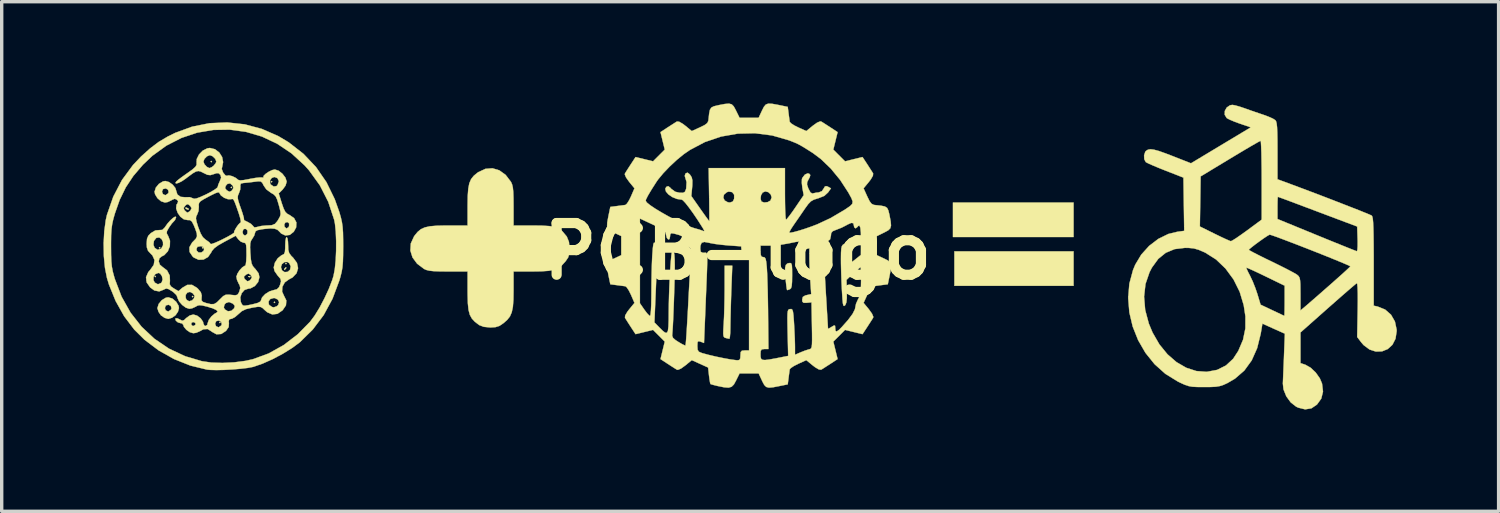
<source format=kicad_pcb>
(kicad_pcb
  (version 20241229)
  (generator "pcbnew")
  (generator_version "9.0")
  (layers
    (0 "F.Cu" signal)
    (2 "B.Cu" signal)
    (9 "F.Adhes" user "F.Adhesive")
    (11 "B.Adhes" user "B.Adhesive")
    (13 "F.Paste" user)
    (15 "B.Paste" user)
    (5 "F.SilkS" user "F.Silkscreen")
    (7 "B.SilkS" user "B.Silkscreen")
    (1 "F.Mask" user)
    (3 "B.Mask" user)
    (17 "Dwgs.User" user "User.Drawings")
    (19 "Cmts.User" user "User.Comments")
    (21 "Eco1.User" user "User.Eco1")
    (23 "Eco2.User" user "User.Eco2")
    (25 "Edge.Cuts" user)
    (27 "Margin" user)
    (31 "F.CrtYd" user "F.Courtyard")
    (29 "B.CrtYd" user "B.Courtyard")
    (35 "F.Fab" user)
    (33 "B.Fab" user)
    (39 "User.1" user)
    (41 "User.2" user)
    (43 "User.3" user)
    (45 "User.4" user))
  (footprint "PCB-logo"
    (layer "F.Cu")
    (at 18.694 4.36)
    (property "Reference" "PCB-logo" (at 0 0 0) (layer "F.SilkS") (effects (font (size 1.524 1.524) (thickness 0.3))))
    (attr through_hole)
    (fp_poly (pts (xy -17.145 0.741) (xy -17.166 0.762) (xy -17.187 0.741) (xy -17.166 0.72) (xy -17.145 0.741)) (stroke (width 0.01) (type solid)) (fill yes) (layer "F.SilkS"))
    (fp_poly (pts (xy -17.018 -0.106) (xy -17.039 -0.085) (xy -17.06 -0.106) (xy -17.039 -0.127) (xy -17.018 -0.106)) (stroke (width 0.01) (type solid)) (fill yes) (layer "F.SilkS"))
    (fp_poly (pts (xy -16.044 1.333) (xy -16.066 1.355) (xy -16.087 1.333) (xy -16.066 1.312) (xy -16.044 1.333)) (stroke (width 0.01) (type solid)) (fill yes) (layer "F.SilkS"))
    (fp_poly (pts (xy -15.748 -0.106) (xy -15.769 -0.085) (xy -15.79 -0.106) (xy -15.769 -0.127) (xy -15.748 -0.106)) (stroke (width 0.01) (type solid)) (fill yes) (layer "F.SilkS"))
    (fp_poly (pts (xy -15.494 -2.646) (xy -15.515 -2.625) (xy -15.536 -2.646) (xy -15.515 -2.667) (xy -15.494 -2.646)) (stroke (width 0.01) (type solid)) (fill yes) (layer "F.SilkS"))
    (fp_poly (pts (xy -15.24 2.095) (xy -15.261 2.117) (xy -15.282 2.095) (xy -15.261 2.074) (xy -15.24 2.095)) (stroke (width 0.01) (type solid)) (fill yes) (layer "F.SilkS"))
    (fp_poly (pts (xy -14.901 -1.884) (xy -14.922 -1.863) (xy -14.944 -1.884) (xy -14.922 -1.905) (xy -14.901 -1.884)) (stroke (width 0.01) (type solid)) (fill yes) (layer "F.SilkS"))
    (fp_poly (pts (xy -13.716 -2.053) (xy -13.737 -2.032) (xy -13.758 -2.053) (xy -13.737 -2.074) (xy -13.716 -2.053)) (stroke (width 0.01) (type solid)) (fill yes) (layer "F.SilkS"))
    (fp_poly (pts (xy -13.631 1.503) (xy -13.652 1.524) (xy -13.674 1.503) (xy -13.652 1.482) (xy -13.631 1.503)) (stroke (width 0.01) (type solid)) (fill yes) (layer "F.SilkS"))
    (fp_poly (pts (xy -13.293 0.36) (xy -13.314 0.381) (xy -13.335 0.36) (xy -13.314 0.339) (xy -13.293 0.36)) (stroke (width 0.01) (type solid)) (fill yes) (layer "F.SilkS"))
    (fp_poly (pts (xy 9.906 -0.423) (xy 6.35 -0.423) (xy 6.35 -1.439) (xy 9.906 -1.439) (xy 9.906 -0.423)) (stroke (width 0.01) (type solid)) (fill yes) (layer "F.SilkS"))
    (fp_poly (pts (xy 9.906 1.016) (xy 6.392 1.016) (xy 6.392 0) (xy 9.906 0) (xy 9.906 1.016)) (stroke (width 0.01) (type solid)) (fill yes) (layer "F.SilkS"))
    (fp_poly (pts (xy -14.365 0.734) (xy -14.371 0.759) (xy -14.393 0.762) (xy -14.428 0.747) (xy -14.422 0.734) (xy -14.371 0.729) (xy -14.365 0.734)) (stroke (width 0.01) (type solid)) (fill yes) (layer "F.SilkS"))
    (fp_poly (pts (xy -16.237 -1.286) (xy -16.177 -1.252) (xy -16.187 -1.23) (xy -16.211 -1.228) (xy -16.269 -1.258) (xy -16.277 -1.27) (xy -16.27 -1.294) (xy -16.237 -1.286)) (stroke (width 0.01) (type solid)) (fill yes) (layer "F.SilkS"))
    (fp_poly (pts (xy -13.306 0.493) (xy -13.314 0.508) (xy -13.354 0.548) (xy -13.361 0.55) (xy -13.364 0.523) (xy -13.356 0.508) (xy -13.316 0.468) (xy -13.309 0.466) (xy -13.306 0.493)) (stroke (width 0.01) (type solid)) (fill yes) (layer "F.SilkS"))
    (fp_poly (pts (xy 1.587 0.363) (xy 1.602 0.418) (xy 1.608 0.527) (xy 1.609 0.703) (xy 1.609 0.712) (xy 1.606 0.901) (xy 1.596 1.02) (xy 1.576 1.087) (xy 1.543 1.117) (xy 1.542 1.117) (xy 1.476 1.14) (xy 1.461 1.143) (xy 1.45 1.104) (xy 1.436 1.002) (xy 1.42 0.857) (xy 1.417 0.832) (xy 1.402 0.624) (xy 1.402 0.486) (xy 1.422 0.403) (xy 1.465 0.36) (xy 1.514 0.346) (xy 1.559 0.344) (xy 1.587 0.363)) (stroke (width 0.01) (type solid)) (fill yes) (layer "F.SilkS"))
    (fp_poly (pts (xy -0.184 1.154) (xy -0.193 1.426) (xy -0.201 1.698) (xy -0.207 1.947) (xy -0.211 2.149) (xy -0.212 2.233) (xy -0.215 2.392) (xy -0.225 2.512) (xy -0.238 2.573) (xy -0.243 2.577) (xy -0.308 2.564) (xy -0.355 2.552) (xy -0.392 2.536) (xy -0.414 2.501) (xy -0.422 2.429) (xy -0.419 2.306) (xy -0.408 2.123) (xy -0.398 1.925) (xy -0.39 1.673) (xy -0.384 1.395) (xy -0.381 1.122) (xy -0.381 1.069) (xy -0.381 0.423) (xy -0.156 0.423) (xy -0.184 1.154)) (stroke (width 0.01) (type solid)) (fill yes) (layer "F.SilkS"))
    (fp_poly (pts (xy -16.663 1.392) (xy -16.552 1.484) (xy -16.48 1.603) (xy -16.468 1.672) (xy -16.497 1.778) (xy -16.568 1.882) (xy -16.572 1.886) (xy -16.675 1.958) (xy -16.781 1.99) (xy -16.785 1.99) (xy -16.891 1.96) (xy -16.995 1.889) (xy -16.999 1.886) (xy -17.071 1.783) (xy -17.103 1.676) (xy -17.103 1.672) (xy -16.884 1.672) (xy -16.856 1.742) (xy -16.789 1.772) (xy -16.775 1.77) (xy -16.705 1.721) (xy -16.687 1.682) (xy -16.707 1.611) (xy -16.772 1.574) (xy -16.846 1.591) (xy -16.857 1.6) (xy -16.884 1.672) (xy -17.103 1.672) (xy -17.103 1.672) (xy -17.066 1.55) (xy -16.974 1.439) (xy -16.855 1.367) (xy -16.785 1.355) (xy -16.663 1.392)) (stroke (width 0.01) (type solid)) (fill yes) (layer "F.SilkS"))
    (fp_poly (pts (xy -7.023 -2.388) (xy -6.838 -2.255) (xy -6.683 -2.052) (xy -6.678 -2.044) (xy -6.647 -1.973) (xy -6.625 -1.881) (xy -6.612 -1.751) (xy -6.606 -1.567) (xy -6.604 -1.338) (xy -6.604 -0.762) (xy -6.034 -0.762) (xy -5.758 -0.758) (xy -5.551 -0.745) (xy -5.399 -0.72) (xy -5.286 -0.68) (xy -5.197 -0.622) (xy -5.163 -0.59) (xy -5.035 -0.437) (xy -4.971 -0.279) (xy -4.953 -0.085) (xy -4.961 0.069) (xy -4.994 0.18) (xy -5.066 0.286) (xy -5.079 0.302) (xy -5.179 0.412) (xy -5.284 0.49) (xy -5.409 0.543) (xy -5.571 0.574) (xy -5.785 0.589) (xy -6.049 0.593) (xy -6.604 0.593) (xy -6.604 1.147) (xy -6.608 1.426) (xy -6.624 1.637) (xy -6.657 1.795) (xy -6.71 1.918) (xy -6.791 2.02) (xy -6.901 2.117) (xy -7.019 2.197) (xy -7.135 2.234) (xy -7.289 2.244) (xy -7.482 2.225) (xy -7.616 2.174) (xy -7.619 2.172) (xy -7.742 2.078) (xy -7.832 1.982) (xy -7.893 1.871) (xy -7.931 1.727) (xy -7.951 1.536) (xy -7.958 1.283) (xy -7.959 1.162) (xy -7.959 0.593) (xy -8.534 0.593) (xy -8.781 0.591) (xy -8.96 0.584) (xy -9.087 0.57) (xy -9.176 0.548) (xy -9.241 0.519) (xy -9.447 0.364) (xy -9.583 0.18) (xy -9.646 -0.022) (xy -9.633 -0.232) (xy -9.539 -0.438) (xy -9.522 -0.463) (xy -9.433 -0.572) (xy -9.338 -0.651) (xy -9.222 -0.705) (xy -9.07 -0.739) (xy -8.867 -0.756) (xy -8.597 -0.762) (xy -8.532 -0.762) (xy -7.959 -0.762) (xy -7.959 -1.344) (xy -7.955 -1.63) (xy -7.939 -1.846) (xy -7.908 -2.007) (xy -7.855 -2.13) (xy -7.777 -2.228) (xy -7.668 -2.318) (xy -7.641 -2.336) (xy -7.435 -2.432) (xy -7.226 -2.449) (xy -7.023 -2.388)) (stroke (width 0.01) (type solid)) (fill yes) (layer "F.SilkS"))
    (fp_poly (pts (xy -14.528 -3.744) (xy -14.023 -3.609) (xy -13.539 -3.397) (xy -13.233 -3.214) (xy -12.797 -2.874) (xy -12.427 -2.483) (xy -12.12 -2.038) (xy -11.875 -1.536) (xy -11.74 -1.155) (xy -11.695 -0.998) (xy -11.664 -0.86) (xy -11.644 -0.719) (xy -11.632 -0.554) (xy -11.628 -0.342) (xy -11.627 -0.148) (xy -11.629 0.111) (xy -11.635 0.307) (xy -11.648 0.463) (xy -11.671 0.601) (xy -11.706 0.743) (xy -11.741 0.861) (xy -11.942 1.399) (xy -12.201 1.877) (xy -12.523 2.304) (xy -12.903 2.678) (xy -13.125 2.844) (xy -13.401 3.015) (xy -13.701 3.175) (xy -13.999 3.308) (xy -14.265 3.401) (xy -14.287 3.407) (xy -14.439 3.436) (xy -14.647 3.461) (xy -14.887 3.481) (xy -15.134 3.495) (xy -15.365 3.5) (xy -15.552 3.495) (xy -15.642 3.486) (xy -16.132 3.367) (xy -16.614 3.175) (xy -17.07 2.918) (xy -17.483 2.606) (xy -17.785 2.307) (xy -18.083 1.914) (xy -18.335 1.464) (xy -18.532 0.979) (xy -18.591 0.783) (xy -18.649 0.489) (xy -18.682 0.143) (xy -18.687 -0.148) (xy -18.471 -0.148) (xy -18.469 0.105) (xy -18.462 0.298) (xy -18.446 0.454) (xy -18.419 0.598) (xy -18.377 0.753) (xy -18.358 0.817) (xy -18.159 1.338) (xy -17.895 1.808) (xy -17.571 2.222) (xy -17.192 2.577) (xy -16.761 2.869) (xy -16.282 3.093) (xy -15.79 3.239) (xy -15.512 3.279) (xy -15.185 3.289) (xy -14.84 3.272) (xy -14.508 3.229) (xy -14.285 3.179) (xy -13.823 3.01) (xy -13.379 2.762) (xy -12.965 2.444) (xy -12.603 2.076) (xy -12.466 1.892) (xy -12.319 1.652) (xy -12.176 1.379) (xy -12.047 1.1) (xy -11.947 0.84) (xy -11.911 0.72) (xy -11.874 0.524) (xy -11.848 0.272) (xy -11.835 -0.013) (xy -11.834 -0.305) (xy -11.845 -0.58) (xy -11.869 -0.813) (xy -11.892 -0.931) (xy -12.067 -1.461) (xy -12.313 -1.944) (xy -12.631 -2.385) (xy -12.764 -2.534) (xy -13.152 -2.89) (xy -13.575 -3.174) (xy -14.024 -3.385) (xy -14.493 -3.523) (xy -14.972 -3.588) (xy -15.454 -3.58) (xy -15.931 -3.499) (xy -16.395 -3.344) (xy -16.839 -3.117) (xy -17.253 -2.817) (xy -17.528 -2.556) (xy -17.813 -2.223) (xy -18.037 -1.885) (xy -18.217 -1.515) (xy -18.358 -1.114) (xy -18.405 -0.948) (xy -18.437 -0.803) (xy -18.457 -0.654) (xy -18.468 -0.478) (xy -18.471 -0.249) (xy -18.471 -0.148) (xy -18.687 -0.148) (xy -18.689 -0.227) (xy -18.67 -0.591) (xy -18.626 -0.92) (xy -18.59 -1.079) (xy -18.403 -1.615) (xy -18.147 -2.105) (xy -17.822 -2.546) (xy -17.584 -2.797) (xy -17.316 -3.037) (xy -17.064 -3.227) (xy -16.799 -3.384) (xy -16.581 -3.492) (xy -16.081 -3.675) (xy -15.566 -3.778) (xy -15.046 -3.8) (xy -14.528 -3.744)) (stroke (width 0.01) (type solid)) (fill yes) (layer "F.SilkS"))
    (fp_poly (pts (xy 14.667 -4.304) (xy 14.798 -4.268) (xy 14.944 -4.219) (xy 15.14 -4.149) (xy 15.359 -4.074) (xy 15.505 -4.025) (xy 15.658 -3.968) (xy 15.783 -3.912) (xy 15.854 -3.867) (xy 15.854 -3.867) (xy 15.877 -3.83) (xy 15.893 -3.765) (xy 15.905 -3.659) (xy 15.912 -3.501) (xy 15.916 -3.282) (xy 15.917 -2.99) (xy 15.917 -2.964) (xy 15.917 -2.125) (xy 16.034 -2.082) (xy 16.305 -1.982) (xy 16.602 -1.871) (xy 16.913 -1.754) (xy 17.229 -1.634) (xy 17.539 -1.515) (xy 17.832 -1.401) (xy 18.099 -1.297) (xy 18.329 -1.207) (xy 18.512 -1.133) (xy 18.638 -1.081) (xy 18.695 -1.054) (xy 18.697 -1.053) (xy 18.713 -1.023) (xy 18.727 -0.96) (xy 18.737 -0.854) (xy 18.744 -0.699) (xy 18.749 -0.487) (xy 18.752 -0.208) (xy 18.754 0.144) (xy 18.754 0.298) (xy 18.754 1.602) (xy 18.872 1.628) (xy 19.091 1.716) (xy 19.264 1.868) (xy 19.38 2.07) (xy 19.43 2.309) (xy 19.431 2.35) (xy 19.397 2.576) (xy 19.305 2.755) (xy 19.168 2.88) (xy 19.001 2.948) (xy 18.817 2.954) (xy 18.631 2.894) (xy 18.456 2.763) (xy 18.389 2.685) (xy 18.267 2.525) (xy 18.282 1.723) (xy 18.285 1.454) (xy 18.284 1.231) (xy 18.278 1.064) (xy 18.269 0.963) (xy 18.258 0.937) (xy 18.217 0.968) (xy 18.122 1.048) (xy 17.981 1.169) (xy 17.804 1.323) (xy 17.599 1.503) (xy 17.407 1.672) (xy 16.595 2.392) (xy 16.595 3.295) (xy 16.74 3.343) (xy 16.894 3.43) (xy 17.044 3.572) (xy 17.166 3.744) (xy 17.231 3.899) (xy 17.259 4.135) (xy 17.208 4.341) (xy 17.082 4.516) (xy 16.918 4.628) (xy 16.732 4.658) (xy 16.528 4.607) (xy 16.467 4.578) (xy 16.307 4.452) (xy 16.177 4.273) (xy 16.095 4.07) (xy 16.076 3.898) (xy 16.081 3.786) (xy 16.088 3.61) (xy 16.097 3.392) (xy 16.107 3.153) (xy 16.11 3.066) (xy 16.135 2.427) (xy 15.804 2.279) (xy 15.473 2.13) (xy 15.423 2.428) (xy 15.318 2.853) (xy 15.157 3.215) (xy 14.939 3.515) (xy 14.663 3.754) (xy 14.442 3.883) (xy 14.324 3.937) (xy 14.218 3.971) (xy 14.1 3.991) (xy 13.944 3.999) (xy 13.756 4) (xy 13.553 3.999) (xy 13.407 3.991) (xy 13.292 3.97) (xy 13.179 3.931) (xy 13.043 3.869) (xy 12.975 3.835) (xy 12.612 3.611) (xy 12.295 3.327) (xy 12.025 2.992) (xy 11.809 2.618) (xy 11.649 2.217) (xy 11.55 1.798) (xy 11.516 1.374) (xy 11.519 1.336) (xy 11.984 1.336) (xy 12.017 1.729) (xy 12.125 2.132) (xy 12.235 2.395) (xy 12.435 2.742) (xy 12.673 3.034) (xy 12.939 3.265) (xy 13.227 3.432) (xy 13.526 3.529) (xy 13.831 3.552) (xy 14.131 3.496) (xy 14.145 3.491) (xy 14.399 3.364) (xy 14.61 3.168) (xy 14.762 2.935) (xy 14.902 2.606) (xy 14.971 2.272) (xy 14.972 1.916) (xy 14.922 1.587) (xy 14.803 1.192) (xy 14.621 0.827) (xy 14.385 0.506) (xy 14.359 0.481) (xy 14.999 0.481) (xy 15.011 0.522) (xy 15.054 0.615) (xy 15.11 0.723) (xy 15.187 0.886) (xy 15.266 1.086) (xy 15.326 1.262) (xy 15.419 1.572) (xy 15.764 1.735) (xy 15.917 1.807) (xy 16.037 1.864) (xy 16.108 1.897) (xy 16.118 1.901) (xy 16.123 1.863) (xy 16.126 1.758) (xy 16.128 1.603) (xy 16.129 1.458) (xy 16.129 1.012) (xy 15.57 0.74) (xy 15.373 0.645) (xy 15.204 0.566) (xy 15.078 0.51) (xy 15.009 0.482) (xy 14.999 0.481) (xy 14.359 0.481) (xy 14.106 0.239) (xy 13.791 0.04) (xy 13.773 0.031) (xy 13.597 -0.045) (xy 13.596 -0.045) (xy 15.072 -0.045) (xy 15.109 -0.02) (xy 15.21 0.035) (xy 15.363 0.113) (xy 15.555 0.209) (xy 15.736 0.296) (xy 15.96 0.406) (xy 16.164 0.508) (xy 16.332 0.596) (xy 16.45 0.661) (xy 16.496 0.691) (xy 16.539 0.729) (xy 16.567 0.776) (xy 16.583 0.849) (xy 16.592 0.964) (xy 16.594 1.138) (xy 16.595 1.256) (xy 16.595 1.743) (xy 16.732 1.628) (xy 16.808 1.563) (xy 16.934 1.453) (xy 17.098 1.311) (xy 17.286 1.146) (xy 17.473 0.982) (xy 17.66 0.816) (xy 17.823 0.671) (xy 17.951 0.554) (xy 18.035 0.475) (xy 18.066 0.442) (xy 18.066 0.442) (xy 18.015 0.415) (xy 17.898 0.364) (xy 17.727 0.293) (xy 17.515 0.206) (xy 17.272 0.108) (xy 17.012 0.005) (xy 16.745 -0.1) (xy 16.485 -0.201) (xy 16.242 -0.294) (xy 16.028 -0.375) (xy 15.857 -0.438) (xy 15.738 -0.479) (xy 15.686 -0.493) (xy 15.685 -0.493) (xy 15.621 -0.457) (xy 15.518 -0.389) (xy 15.395 -0.302) (xy 15.269 -0.21) (xy 15.162 -0.127) (xy 15.09 -0.067) (xy 15.072 -0.045) (xy 13.596 -0.045) (xy 13.451 -0.087) (xy 13.295 -0.102) (xy 13.187 -0.103) (xy 12.884 -0.066) (xy 12.624 0.042) (xy 12.402 0.222) (xy 12.216 0.478) (xy 12.145 0.615) (xy 12.026 0.962) (xy 11.984 1.336) (xy 11.519 1.336) (xy 11.55 0.955) (xy 11.658 0.553) (xy 11.724 0.393) (xy 11.902 0.096) (xy 12.134 -0.161) (xy 12.405 -0.368) (xy 12.699 -0.512) (xy 12.96 -0.576) (xy 13.167 -0.604) (xy 13.166 -0.733) (xy 13.629 -0.733) (xy 14.064 -0.518) (xy 14.241 -0.432) (xy 14.391 -0.362) (xy 14.498 -0.315) (xy 14.543 -0.299) (xy 14.592 -0.322) (xy 14.694 -0.386) (xy 14.835 -0.483) (xy 15 -0.601) (xy 15.019 -0.615) (xy 15.452 -0.935) (xy 15.452 -1.281) (xy 15.917 -1.281) (xy 15.917 -0.953) (xy 17.071 -0.48) (xy 17.364 -0.36) (xy 17.633 -0.251) (xy 17.866 -0.157) (xy 18.053 -0.082) (xy 18.185 -0.03) (xy 18.252 -0.005) (xy 18.258 -0.003) (xy 18.272 -0.041) (xy 18.28 -0.144) (xy 18.281 -0.293) (xy 18.279 -0.366) (xy 18.267 -0.732) (xy 17.103 -1.17) (xy 16.808 -1.281) (xy 16.54 -1.382) (xy 16.308 -1.469) (xy 16.123 -1.538) (xy 15.994 -1.585) (xy 15.932 -1.607) (xy 15.928 -1.609) (xy 15.923 -1.57) (xy 15.919 -1.466) (xy 15.917 -1.319) (xy 15.917 -1.281) (xy 15.452 -1.281) (xy 15.452 -2.097) (xy 15.451 -2.401) (xy 15.447 -2.675) (xy 15.443 -2.909) (xy 15.436 -3.091) (xy 15.429 -3.211) (xy 15.421 -3.259) (xy 15.42 -3.259) (xy 15.376 -3.238) (xy 15.271 -3.179) (xy 15.113 -3.088) (xy 14.915 -2.971) (xy 14.686 -2.834) (xy 14.52 -2.734) (xy 13.652 -2.21) (xy 13.641 -1.472) (xy 13.629 -0.733) (xy 13.166 -0.733) (xy 13.156 -1.389) (xy 13.145 -2.174) (xy 12.617 -2.38) (xy 12.417 -2.46) (xy 12.243 -2.533) (xy 12.112 -2.591) (xy 12.041 -2.628) (xy 12.035 -2.632) (xy 11.99 -2.716) (xy 11.985 -2.831) (xy 12.019 -2.935) (xy 12.044 -2.963) (xy 12.101 -2.998) (xy 12.175 -3.01) (xy 12.277 -2.997) (xy 12.421 -2.958) (xy 12.618 -2.888) (xy 12.832 -2.806) (xy 13.367 -2.596) (xy 14.249 -3.126) (xy 15.13 -3.656) (xy 14.809 -3.765) (xy 14.648 -3.824) (xy 14.513 -3.881) (xy 14.428 -3.925) (xy 14.42 -3.932) (xy 14.361 -4.027) (xy 14.365 -4.139) (xy 14.421 -4.24) (xy 14.517 -4.306) (xy 14.587 -4.318) (xy 14.667 -4.304)) (stroke (width 0.01) (type solid)) (fill yes) (layer "F.SilkS"))
    (fp_poly (pts (xy -15.407 -3.011) (xy -15.281 -2.915) (xy -15.196 -2.781) (xy -15.167 -2.632) (xy -15.185 -2.539) (xy -15.207 -2.43) (xy -15.17 -2.33) (xy -15.158 -2.311) (xy -15.1 -2.242) (xy -15.06 -2.226) (xy -15.059 -2.227) (xy -14.996 -2.24) (xy -14.897 -2.216) (xy -14.798 -2.168) (xy -14.757 -2.136) (xy -14.716 -2.104) (xy -14.66 -2.092) (xy -14.656 -2.092) (xy -13.783 -2.092) (xy -13.781 -2.006) (xy -13.758 -1.968) (xy -13.674 -1.911) (xy -13.592 -1.924) (xy -13.561 -1.958) (xy -13.522 -2.068) (xy -13.562 -2.154) (xy -13.571 -2.162) (xy -13.657 -2.193) (xy -13.735 -2.162) (xy -13.783 -2.092) (xy -14.656 -2.092) (xy -14.57 -2.099) (xy -14.424 -2.126) (xy -14.371 -2.137) (xy -14.211 -2.165) (xy -14.081 -2.179) (xy -14.005 -2.177) (xy -13.999 -2.174) (xy -13.971 -2.167) (xy -13.98 -2.18) (xy -13.973 -2.225) (xy -13.911 -2.286) (xy -13.818 -2.349) (xy -13.718 -2.396) (xy -13.641 -2.413) (xy -13.53 -2.377) (xy -13.418 -2.288) (xy -13.33 -2.173) (xy -13.293 -2.058) (xy -13.293 -2.053) (xy -13.326 -1.939) (xy -13.41 -1.824) (xy -13.527 -1.707) (xy -13.437 -1.419) (xy -13.382 -1.261) (xy -13.332 -1.163) (xy -13.273 -1.106) (xy -13.217 -1.077) (xy -13.075 -0.981) (xy -13.006 -0.852) (xy -13.014 -0.705) (xy -13.084 -0.577) (xy -13.201 -0.485) (xy -13.331 -0.468) (xy -13.455 -0.527) (xy -13.497 -0.572) (xy -13.562 -0.634) (xy -13.647 -0.668) (xy -13.771 -0.676) (xy -13.953 -0.66) (xy -14.028 -0.65) (xy -14.155 -0.624) (xy -14.214 -0.586) (xy -14.224 -0.549) (xy -14.25 -0.464) (xy -14.304 -0.376) (xy -14.344 -0.313) (xy -14.366 -0.236) (xy -14.371 -0.12) (xy -14.363 0.056) (xy -14.362 0.062) (xy -14.348 0.238) (xy -14.328 0.352) (xy -14.294 0.43) (xy -14.24 0.496) (xy -14.219 0.516) (xy -14.12 0.649) (xy -14.097 0.762) (xy -14.134 0.904) (xy -14.23 1.022) (xy -14.36 1.092) (xy -14.426 1.101) (xy -14.535 1.138) (xy -14.618 1.233) (xy -14.66 1.358) (xy -14.646 1.487) (xy -14.64 1.503) (xy -14.611 1.563) (xy -14.581 1.595) (xy -14.527 1.602) (xy -14.43 1.588) (xy -14.295 1.56) (xy -14.152 1.523) (xy -14.069 1.481) (xy -14.066 1.475) (xy -13.828 1.475) (xy -13.819 1.561) (xy -13.804 1.584) (xy -13.723 1.64) (xy -13.674 1.651) (xy -13.586 1.62) (xy -13.544 1.584) (xy -13.515 1.498) (xy -13.553 1.421) (xy -13.642 1.378) (xy -13.674 1.376) (xy -13.775 1.405) (xy -13.828 1.475) (xy -14.066 1.475) (xy -14.055 1.457) (xy -14.018 1.359) (xy -13.925 1.26) (xy -13.8 1.181) (xy -13.696 1.148) (xy -13.581 1.118) (xy -13.518 1.057) (xy -13.485 0.979) (xy -13.459 0.88) (xy -13.476 0.809) (xy -13.545 0.728) (xy -13.555 0.718) (xy -13.651 0.58) (xy -13.674 0.475) (xy -13.671 0.462) (xy -13.462 0.462) (xy -13.43 0.561) (xy -13.354 0.612) (xy -13.262 0.604) (xy -13.193 0.542) (xy -13.173 0.442) (xy -13.217 0.349) (xy -13.271 0.312) (xy -13.358 0.317) (xy -13.433 0.378) (xy -13.462 0.462) (xy -13.671 0.462) (xy -13.641 0.337) (xy -13.557 0.206) (xy -13.447 0.117) (xy -13.419 0.105) (xy -13.371 0.078) (xy -13.345 0.019) (xy -13.336 -0.093) (xy -13.335 -0.172) (xy -13.329 -0.306) (xy -13.312 -0.397) (xy -13.293 -0.423) (xy -13.27 -0.385) (xy -13.254 -0.286) (xy -13.25 -0.188) (xy -13.245 -0.044) (xy -13.219 0.05) (xy -13.159 0.132) (xy -13.102 0.188) (xy -12.99 0.34) (xy -12.957 0.496) (xy -13.001 0.644) (xy -13.119 0.769) (xy -13.227 0.827) (xy -13.349 0.916) (xy -13.419 1.044) (xy -13.428 1.185) (xy -13.375 1.303) (xy -13.303 1.448) (xy -13.314 1.591) (xy -13.41 1.733) (xy -13.416 1.739) (xy -13.565 1.842) (xy -13.716 1.86) (xy -13.866 1.795) (xy -13.932 1.738) (xy -14.002 1.672) (xy -14.062 1.639) (xy -14.139 1.634) (xy -14.262 1.652) (xy -14.32 1.663) (xy -14.493 1.704) (xy -14.615 1.763) (xy -14.716 1.851) (xy -14.814 1.936) (xy -14.904 1.985) (xy -14.931 1.99) (xy -14.988 2.005) (xy -15.001 2.067) (xy -14.995 2.114) (xy -15.003 2.231) (xy -15.076 2.337) (xy -15.085 2.347) (xy -15.222 2.436) (xy -15.363 2.445) (xy -15.496 2.372) (xy -15.509 2.36) (xy -15.623 2.289) (xy -15.749 2.298) (xy -15.853 2.355) (xy -15.961 2.401) (xy -16.046 2.413) (xy -16.147 2.384) (xy -16.25 2.312) (xy -16.323 2.224) (xy -16.341 2.167) (xy -16.359 2.145) (xy -16.11 2.145) (xy -16.078 2.192) (xy -16.044 2.201) (xy -15.989 2.171) (xy -15.983 2.162) (xy -15.985 2.112) (xy -16.036 2.085) (xy -16.087 2.096) (xy -16.11 2.145) (xy -16.359 2.145) (xy -16.376 2.125) (xy -16.42 2.117) (xy -16.499 2.094) (xy -16.56 2.043) (xy -16.574 1.989) (xy -16.566 1.975) (xy -16.514 1.975) (xy -16.444 2.008) (xy -16.374 2.044) (xy -16.318 2.028) (xy -16.254 1.966) (xy -16.146 1.889) (xy -16.044 1.863) (xy -15.933 1.895) (xy -15.828 1.975) (xy -15.759 2.076) (xy -15.748 2.13) (xy -15.717 2.191) (xy -15.684 2.201) (xy -15.633 2.166) (xy -15.626 2.138) (xy -15.403 2.138) (xy -15.374 2.207) (xy -15.307 2.237) (xy -15.294 2.236) (xy -15.223 2.187) (xy -15.206 2.148) (xy -15.225 2.077) (xy -15.29 2.04) (xy -15.365 2.056) (xy -15.375 2.066) (xy -15.403 2.138) (xy -15.626 2.138) (xy -15.621 2.115) (xy -15.589 2.022) (xy -15.51 1.918) (xy -15.412 1.835) (xy -15.365 1.811) (xy -15.326 1.776) (xy -15.365 1.73) (xy -15.474 1.679) (xy -15.55 1.656) (xy -15.146 1.656) (xy -15.114 1.713) (xy -15.024 1.766) (xy -14.921 1.752) (xy -14.842 1.68) (xy -14.821 1.61) (xy -14.868 1.55) (xy -14.879 1.541) (xy -14.993 1.493) (xy -15.088 1.526) (xy -15.127 1.573) (xy -15.146 1.656) (xy -15.55 1.656) (xy -15.637 1.629) (xy -15.779 1.596) (xy -15.868 1.587) (xy -15.931 1.604) (xy -15.972 1.63) (xy -16.082 1.68) (xy -16.163 1.693) (xy -16.263 1.661) (xy -16.372 1.581) (xy -16.463 1.478) (xy -16.509 1.38) (xy -16.509 1.37) (xy -16.272 1.37) (xy -16.241 1.431) (xy -16.167 1.472) (xy -16.081 1.445) (xy -16.028 1.387) (xy -16.007 1.314) (xy -16.056 1.24) (xy -16.056 1.24) (xy -16.142 1.195) (xy -16.219 1.215) (xy -16.268 1.28) (xy -16.272 1.37) (xy -16.509 1.37) (xy -16.51 1.364) (xy -16.545 1.286) (xy -16.639 1.197) (xy -16.671 1.175) (xy -16.776 1.112) (xy -16.843 1.095) (xy -16.9 1.119) (xy -16.912 1.127) (xy -17.049 1.181) (xy -17.192 1.154) (xy -17.318 1.062) (xy -17.421 0.914) (xy -17.428 0.854) (xy -17.219 0.854) (xy -17.179 0.923) (xy -17.088 0.971) (xy -16.999 0.935) (xy -16.975 0.909) (xy -16.95 0.828) (xy -16.97 0.731) (xy -17.021 0.656) (xy -17.072 0.635) (xy -17.165 0.67) (xy -17.217 0.753) (xy -17.219 0.854) (xy -17.428 0.854) (xy -17.439 0.763) (xy -17.373 0.612) (xy -17.314 0.544) (xy -17.211 0.398) (xy -17.189 0.255) (xy -17.25 0.12) (xy -17.304 0.065) (xy -17.38 -0.017) (xy -17.414 -0.114) (xy -17.418 -0.195) (xy -17.222 -0.195) (xy -17.185 -0.104) (xy -17.098 -0.046) (xy -17.007 -0.073) (xy -16.984 -0.093) (xy -16.937 -0.182) (xy -16.94 -0.28) (xy -16.982 -0.364) (xy -17.051 -0.411) (xy -17.135 -0.397) (xy -17.138 -0.395) (xy -17.206 -0.309) (xy -17.222 -0.195) (xy -17.418 -0.195) (xy -17.42 -0.233) (xy -17.41 -0.369) (xy -17.371 -0.461) (xy -17.297 -0.537) (xy -17.164 -0.617) (xy -17.058 -0.626) (xy -16.958 -0.633) (xy -16.886 -0.704) (xy -16.878 -0.717) (xy -16.806 -0.819) (xy -16.721 -0.914) (xy -16.64 -0.987) (xy -16.578 -1.024) (xy -16.552 -1.01) (xy -16.552 -1.008) (xy -16.583 -0.926) (xy -16.615 -0.889) (xy -16.679 -0.82) (xy -16.753 -0.715) (xy -16.766 -0.695) (xy -16.821 -0.597) (xy -16.829 -0.534) (xy -16.796 -0.468) (xy -16.788 -0.457) (xy -16.732 -0.312) (xy -16.737 -0.151) (xy -16.796 -0.001) (xy -16.901 0.111) (xy -16.977 0.149) (xy -17.046 0.206) (xy -17.064 0.298) (xy -17.031 0.393) (xy -16.957 0.457) (xy -16.819 0.562) (xy -16.741 0.712) (xy -16.734 0.866) (xy -16.741 0.968) (xy -16.706 1.033) (xy -16.621 1.092) (xy -16.483 1.173) (xy -16.367 1.073) (xy -16.223 0.989) (xy -16.083 0.988) (xy -15.942 1.072) (xy -15.909 1.102) (xy -15.823 1.207) (xy -15.796 1.303) (xy -15.8 1.356) (xy -15.803 1.442) (xy -15.765 1.489) (xy -15.667 1.524) (xy -15.527 1.557) (xy -15.432 1.553) (xy -15.349 1.503) (xy -15.258 1.412) (xy -15.165 1.321) (xy -15.089 1.28) (xy -14.996 1.276) (xy -14.927 1.284) (xy -14.81 1.295) (xy -14.746 1.28) (xy -14.706 1.224) (xy -14.689 1.184) (xy -14.66 1.08) (xy -14.681 0.995) (xy -14.706 0.954) (xy -14.757 0.841) (xy -14.774 0.748) (xy -14.774 0.748) (xy -14.554 0.748) (xy -14.539 0.802) (xy -14.524 0.821) (xy -14.453 0.882) (xy -14.39 0.865) (xy -14.349 0.823) (xy -14.317 0.759) (xy -14.356 0.696) (xy -14.357 0.696) (xy -14.415 0.656) (xy -14.478 0.678) (xy -14.499 0.694) (xy -14.554 0.748) (xy -14.774 0.748) (xy -14.747 0.662) (xy -14.682 0.56) (xy -14.601 0.472) (xy -14.527 0.425) (xy -14.515 0.423) (xy -14.498 0.384) (xy -14.485 0.281) (xy -14.478 0.133) (xy -14.478 0.085) (xy -14.48 -0.084) (xy -14.488 -0.186) (xy -14.507 -0.236) (xy -14.541 -0.253) (xy -14.561 -0.254) (xy -14.644 -0.286) (xy -14.719 -0.356) (xy -14.796 -0.459) (xy -15.127 -0.283) (xy -15.307 -0.181) (xy -15.423 -0.096) (xy -15.493 -0.016) (xy -15.515 0.028) (xy -15.611 0.167) (xy -15.743 0.242) (xy -15.89 0.248) (xy -16.033 0.181) (xy -16.067 0.15) (xy -16.156 0.016) (xy -16.158 -0.068) (xy -15.954 -0.068) (xy -15.942 -0.016) (xy -15.888 0.034) (xy -15.81 0.033) (xy -15.745 -0.01) (xy -15.727 -0.064) (xy -15.757 -0.134) (xy -15.823 -0.153) (xy -15.923 -0.134) (xy -15.954 -0.068) (xy -16.158 -0.068) (xy -16.16 -0.121) (xy -16.08 -0.26) (xy -16.041 -0.299) (xy -15.97 -0.373) (xy -15.937 -0.443) (xy -15.942 -0.529) (xy -15.984 -0.655) (xy -16.033 -0.775) (xy -16.087 -0.879) (xy -16.144 -0.921) (xy -16.21 -0.922) (xy -16.324 -0.944) (xy -16.348 -0.963) (xy -15.967 -0.963) (xy -15.948 -0.868) (xy -15.902 -0.719) (xy -15.896 -0.703) (xy -15.83 -0.53) (xy -15.764 -0.418) (xy -15.684 -0.345) (xy -15.668 -0.335) (xy -15.581 -0.273) (xy -15.538 -0.223) (xy -15.536 -0.217) (xy -15.502 -0.218) (xy -15.408 -0.251) (xy -15.272 -0.311) (xy -15.184 -0.354) (xy -15.032 -0.432) (xy -14.916 -0.498) (xy -14.851 -0.542) (xy -14.843 -0.553) (xy -14.838 -0.577) (xy -14.595 -0.577) (xy -14.577 -0.502) (xy -14.524 -0.466) (xy -14.52 -0.466) (xy -14.468 -0.5) (xy -14.45 -0.532) (xy -14.448 -0.61) (xy -14.49 -0.661) (xy -14.551 -0.66) (xy -14.568 -0.646) (xy -14.595 -0.577) (xy -14.838 -0.577) (xy -14.831 -0.606) (xy -14.785 -0.692) (xy -14.724 -0.78) (xy -14.669 -0.838) (xy -14.65 -0.847) (xy -14.643 -0.883) (xy -14.662 -0.979) (xy -14.703 -1.114) (xy -14.709 -1.132) (xy -14.775 -1.322) (xy -14.821 -1.445) (xy -14.854 -1.514) (xy -14.881 -1.543) (xy -14.909 -1.544) (xy -14.927 -1.538) (xy -15.022 -1.537) (xy -15.137 -1.58) (xy -15.139 -1.582) (xy -14.737 -1.582) (xy -14.72 -1.493) (xy -14.677 -1.36) (xy -14.642 -1.263) (xy -14.591 -1.112) (xy -14.558 -0.997) (xy -14.549 -0.935) (xy -14.553 -0.93) (xy -14.54 -0.914) (xy -14.469 -0.878) (xy -14.446 -0.868) (xy -14.346 -0.811) (xy -14.286 -0.751) (xy -14.283 -0.745) (xy -14.244 -0.705) (xy -14.164 -0.718) (xy -14.154 -0.722) (xy -14.043 -0.748) (xy -13.901 -0.762) (xy -13.872 -0.763) (xy -13.731 -0.771) (xy -13.682 -0.79) (xy -13.365 -0.79) (xy -13.352 -0.719) (xy -13.302 -0.678) (xy -13.293 -0.677) (xy -13.24 -0.711) (xy -13.222 -0.744) (xy -13.221 -0.824) (xy -13.27 -0.864) (xy -13.331 -0.849) (xy -13.365 -0.79) (xy -13.682 -0.79) (xy -13.641 -0.807) (xy -13.569 -0.889) (xy -13.527 -0.958) (xy -13.487 -1.033) (xy -13.471 -1.099) (xy -13.479 -1.183) (xy -13.51 -1.312) (xy -13.526 -1.37) (xy -13.572 -1.524) (xy -13.617 -1.62) (xy -13.676 -1.68) (xy -13.754 -1.725) (xy -13.893 -1.828) (xy -13.97 -1.94) (xy -14.012 -2.022) (xy -14.057 -2.06) (xy -14.134 -2.064) (xy -14.245 -2.051) (xy -14.393 -2.032) (xy -14.524 -2.019) (xy -14.565 -2.016) (xy -14.644 -1.998) (xy -14.66 -1.941) (xy -14.657 -1.921) (xy -14.663 -1.819) (xy -14.701 -1.712) (xy -14.729 -1.647) (xy -14.737 -1.582) (xy -15.139 -1.582) (xy -15.23 -1.647) (xy -15.262 -1.696) (xy -15.281 -1.732) (xy -15.316 -1.74) (xy -15.386 -1.718) (xy -15.505 -1.661) (xy -15.592 -1.616) (xy -15.742 -1.535) (xy -15.832 -1.478) (xy -15.875 -1.428) (xy -15.886 -1.372) (xy -15.882 -1.319) (xy -15.891 -1.191) (xy -15.931 -1.086) (xy -15.961 -1.027) (xy -15.967 -0.963) (xy -16.348 -0.963) (xy -16.427 -1.022) (xy -16.506 -1.134) (xy -16.549 -1.258) (xy -16.548 -1.279) (xy -16.33 -1.279) (xy -16.309 -1.22) (xy -16.3 -1.209) (xy -16.241 -1.154) (xy -16.214 -1.143) (xy -16.163 -1.172) (xy -16.127 -1.209) (xy -16.096 -1.271) (xy -16.132 -1.333) (xy -16.143 -1.345) (xy -16.203 -1.392) (xy -16.252 -1.375) (xy -16.284 -1.345) (xy -16.33 -1.279) (xy -16.548 -1.279) (xy -16.542 -1.371) (xy -16.508 -1.424) (xy -16.493 -1.48) (xy -16.528 -1.521) (xy -16.591 -1.55) (xy -16.666 -1.521) (xy -16.687 -1.507) (xy -16.796 -1.455) (xy -16.881 -1.439) (xy -16.995 -1.476) (xy -17.101 -1.566) (xy -17.173 -1.683) (xy -17.187 -1.757) (xy -16.969 -1.757) (xy -16.94 -1.687) (xy -16.874 -1.657) (xy -16.86 -1.659) (xy -16.789 -1.708) (xy -16.772 -1.747) (xy -16.791 -1.818) (xy -16.857 -1.855) (xy -16.931 -1.838) (xy -16.942 -1.829) (xy -16.969 -1.757) (xy -17.187 -1.757) (xy -17.187 -1.757) (xy -17.15 -1.879) (xy -17.058 -1.99) (xy -16.939 -2.062) (xy -16.87 -2.074) (xy -16.762 -2.043) (xy -16.654 -1.966) (xy -16.575 -1.868) (xy -16.552 -1.794) (xy -16.516 -1.678) (xy -16.42 -1.607) (xy -16.282 -1.595) (xy -16.274 -1.596) (xy -16.149 -1.598) (xy -16.068 -1.568) (xy -16.023 -1.55) (xy -15.951 -1.56) (xy -15.837 -1.602) (xy -15.668 -1.679) (xy -15.517 -1.758) (xy -15.4 -1.829) (xy -15.357 -1.864) (xy -15.109 -1.864) (xy -15.062 -1.804) (xy -15.051 -1.796) (xy -14.981 -1.757) (xy -14.926 -1.779) (xy -14.904 -1.8) (xy -14.863 -1.872) (xy -14.885 -1.938) (xy -14.961 -2.004) (xy -15.04 -1.988) (xy -15.087 -1.934) (xy -15.109 -1.864) (xy -15.357 -1.864) (xy -15.335 -1.882) (xy -15.327 -1.897) (xy -15.307 -1.971) (xy -15.263 -2.071) (xy -15.225 -2.17) (xy -15.24 -2.241) (xy -15.252 -2.26) (xy -15.299 -2.303) (xy -15.364 -2.303) (xy -15.444 -2.276) (xy -15.545 -2.247) (xy -15.631 -2.257) (xy -15.743 -2.311) (xy -15.827 -2.353) (xy -15.895 -2.369) (xy -15.966 -2.354) (xy -16.058 -2.302) (xy -16.189 -2.206) (xy -16.275 -2.14) (xy -16.383 -2.067) (xy -16.479 -2.019) (xy -16.548 -2) (xy -16.572 -2.016) (xy -16.549 -2.057) (xy -16.494 -2.106) (xy -16.389 -2.186) (xy -16.253 -2.283) (xy -16.215 -2.309) (xy -16.066 -2.416) (xy -15.981 -2.494) (xy -15.947 -2.554) (xy -15.949 -2.587) (xy -15.947 -2.646) (xy -15.748 -2.646) (xy -15.717 -2.567) (xy -15.646 -2.491) (xy -15.572 -2.455) (xy -15.568 -2.455) (xy -15.503 -2.481) (xy -15.444 -2.525) (xy -15.384 -2.6) (xy -15.367 -2.649) (xy -15.4 -2.73) (xy -15.476 -2.804) (xy -15.557 -2.836) (xy -15.641 -2.803) (xy -15.717 -2.726) (xy -15.748 -2.646) (xy -15.947 -2.646) (xy -15.944 -2.721) (xy -15.877 -2.856) (xy -15.767 -2.969) (xy -15.632 -3.037) (xy -15.557 -3.048) (xy -15.407 -3.011)) (stroke (width 0.01) (type solid)) (fill yes) (layer "F.SilkS"))
    (fp_poly (pts (xy -0.171 -4.333) (xy -0.112 -4.273) (xy -0.055 -4.168) (xy -0.045 -4.148) (xy 0.059 -3.937) (xy 0.621 -3.937) (xy 0.72 -4.149) (xy 0.776 -4.26) (xy 0.832 -4.327) (xy 0.906 -4.355) (xy 1.019 -4.35) (xy 1.19 -4.319) (xy 1.234 -4.31) (xy 1.479 -4.259) (xy 1.504 -4.066) (xy 1.521 -3.938) (xy 1.534 -3.841) (xy 1.537 -3.819) (xy 1.577 -3.774) (xy 1.674 -3.711) (xy 1.786 -3.655) (xy 2.027 -3.546) (xy 2.218 -3.703) (xy 2.345 -3.794) (xy 2.435 -3.831) (xy 2.464 -3.828) (xy 2.528 -3.789) (xy 2.635 -3.72) (xy 2.734 -3.656) (xy 2.949 -3.515) (xy 2.886 -3.257) (xy 2.823 -2.999) (xy 2.996 -2.826) (xy 3.168 -2.654) (xy 3.426 -2.717) (xy 3.684 -2.78) (xy 3.825 -2.565) (xy 3.905 -2.44) (xy 3.97 -2.34) (xy 3.997 -2.295) (xy 3.99 -2.229) (xy 3.926 -2.119) (xy 3.872 -2.049) (xy 3.715 -1.858) (xy 3.824 -1.617) (xy 3.892 -1.479) (xy 3.95 -1.403) (xy 4.014 -1.371) (xy 4.051 -1.365) (xy 4.229 -1.346) (xy 4.342 -1.323) (xy 4.408 -1.281) (xy 4.445 -1.208) (xy 4.474 -1.092) (xy 4.479 -1.066) (xy 4.514 -0.882) (xy 4.524 -0.76) (xy 4.502 -0.679) (xy 4.442 -0.62) (xy 4.337 -0.563) (xy 4.317 -0.553) (xy 4.106 -0.449) (xy 4.106 0.113) (xy 4.318 0.212) (xy 4.43 0.268) (xy 4.496 0.324) (xy 4.524 0.398) (xy 4.519 0.511) (xy 4.488 0.682) (xy 4.479 0.726) (xy 4.429 0.971) (xy 4.236 0.996) (xy 4.107 1.013) (xy 4.01 1.026) (xy 3.988 1.029) (xy 3.943 1.069) (xy 3.881 1.166) (xy 3.824 1.278) (xy 3.715 1.519) (xy 3.872 1.71) (xy 3.963 1.837) (xy 4.001 1.927) (xy 3.997 1.956) (xy 3.958 2.02) (xy 3.889 2.127) (xy 3.825 2.226) (xy 3.684 2.441) (xy 3.426 2.378) (xy 3.168 2.315) (xy 2.996 2.488) (xy 2.823 2.66) (xy 2.886 2.918) (xy 2.949 3.176) (xy 2.734 3.317) (xy 2.61 3.397) (xy 2.509 3.462) (xy 2.464 3.489) (xy 2.398 3.482) (xy 2.289 3.418) (xy 2.218 3.364) (xy 2.027 3.207) (xy 1.786 3.316) (xy 1.659 3.381) (xy 1.568 3.442) (xy 1.537 3.48) (xy 1.527 3.553) (xy 1.511 3.673) (xy 1.504 3.728) (xy 1.479 3.921) (xy 1.234 3.971) (xy 1.048 4.007) (xy 0.925 4.018) (xy 0.845 3.997) (xy 0.787 3.939) (xy 0.732 3.837) (xy 0.72 3.81) (xy 0.621 3.598) (xy 0.059 3.598) (xy -0.045 3.809) (xy -0.108 3.924) (xy -0.175 3.991) (xy -0.264 4.018) (xy -0.395 4.008) (xy -0.588 3.969) (xy -0.593 3.968) (xy -0.709 3.939) (xy -0.785 3.917) (xy -0.799 3.911) (xy -0.812 3.865) (xy -0.829 3.761) (xy -0.842 3.661) (xy -0.868 3.425) (xy -1.109 3.316) (xy -1.35 3.207) (xy -1.541 3.364) (xy -1.667 3.455) (xy -1.758 3.493) (xy -1.787 3.489) (xy -1.85 3.45) (xy -1.958 3.381) (xy -2.057 3.317) (xy -2.272 3.176) (xy -2.209 2.918) (xy -2.178 2.792) (xy -1.185 2.792) (xy -1.178 2.902) (xy -1.14 2.96) (xy -1.053 2.997) (xy -1.048 2.999) (xy -0.86 3.05) (xy -0.637 3.103) (xy -0.408 3.15) (xy -0.199 3.188) (xy -0.037 3.209) (xy -0.011 3.212) (xy 0.054 3.203) (xy 0.08 3.152) (xy 0.085 3.069) (xy 0.092 2.97) (xy 0.128 2.929) (xy 0.212 2.921) (xy 0.339 2.921) (xy 0.339 0.127) (xy 0.236 0.127) (xy 0.162 0.112) (xy 0.128 0.05) (xy 0.119 -0.011) (xy 0.106 -0.148) (xy -0.192 -0.169) (xy 0.677 -0.169) (xy 0.677 0) (xy 0.685 0.111) (xy 0.714 0.16) (xy 0.758 0.169) (xy 0.799 0.179) (xy 0.826 0.219) (xy 0.845 0.305) (xy 0.86 0.454) (xy 0.865 0.519) (xy 0.873 0.664) (xy 0.88 0.876) (xy 0.888 1.138) (xy 0.894 1.431) (xy 0.899 1.738) (xy 0.9 1.873) (xy 0.91 2.879) (xy 0.794 2.879) (xy 0.714 2.889) (xy 0.682 2.937) (xy 0.677 3.02) (xy 0.679 3.107) (xy 0.693 3.166) (xy 0.732 3.197) (xy 0.808 3.204) (xy 0.934 3.189) (xy 1.124 3.155) (xy 1.265 3.127) (xy 1.492 3.082) (xy 1.476 2.398) (xy 1.471 2.144) (xy 1.469 1.962) (xy 1.472 1.839) (xy 1.481 1.764) (xy 1.497 1.724) (xy 1.522 1.707) (xy 1.549 1.702) (xy 1.589 1.701) (xy 1.616 1.723) (xy 1.634 1.78) (xy 1.648 1.888) (xy 1.661 2.062) (xy 1.666 2.142) (xy 1.677 2.359) (xy 1.687 2.571) (xy 1.692 2.747) (xy 1.693 2.822) (xy 1.693 3.049) (xy 1.852 2.98) (xy 1.98 2.929) (xy 2.091 2.893) (xy 2.107 2.889) (xy 2.143 2.879) (xy 2.168 2.859) (xy 2.185 2.816) (xy 2.194 2.738) (xy 2.197 2.611) (xy 2.196 2.424) (xy 2.192 2.186) (xy 2.18 1.503) (xy 2.043 1.516) (xy 1.948 1.517) (xy 1.911 1.484) (xy 1.905 1.424) (xy 1.924 1.344) (xy 1.995 1.301) (xy 2.038 1.29) (xy 2.171 1.261) (xy 2.144 0.853) (xy 2.132 0.636) (xy 2.122 0.414) (xy 2.117 0.226) (xy 2.117 0.177) (xy 2.117 0.071) (xy 2.543 0.071) (xy 2.549 0.251) (xy 2.56 0.488) (xy 2.578 0.792) (xy 2.6 1.17) (xy 2.603 1.228) (xy 2.621 1.515) (xy 2.636 1.773) (xy 2.649 1.99) (xy 2.659 2.154) (xy 2.665 2.254) (xy 2.666 2.28) (xy 2.697 2.271) (xy 2.771 2.228) (xy 2.773 2.226) (xy 2.847 2.183) (xy 2.875 2.195) (xy 2.879 2.264) (xy 2.888 2.345) (xy 2.923 2.362) (xy 2.993 2.313) (xy 3.069 2.236) (xy 3.259 2.022) (xy 3.391 1.844) (xy 3.46 1.707) (xy 3.471 1.651) (xy 3.493 1.544) (xy 3.548 1.421) (xy 3.556 1.407) (xy 3.598 1.321) (xy 3.624 1.217) (xy 3.637 1.074) (xy 3.641 0.868) (xy 3.641 0.867) (xy 3.639 0.694) (xy 3.636 0.559) (xy 3.631 0.479) (xy 3.628 0.466) (xy 3.593 0.492) (xy 3.513 0.562) (xy 3.413 0.653) (xy 3.212 0.841) (xy 3.221 1.185) (xy 3.221 1.378) (xy 3.208 1.503) (xy 3.18 1.576) (xy 3.167 1.593) (xy 3.14 1.611) (xy 3.12 1.595) (xy 3.105 1.534) (xy 3.093 1.416) (xy 3.081 1.229) (xy 3.076 1.139) (xy 3.064 0.887) (xy 3.055 0.619) (xy 3.049 0.37) (xy 3.048 0.228) (xy 3.05 0.04) (xy 3.058 -0.081) (xy 3.075 -0.153) (xy 3.105 -0.194) (xy 3.133 -0.212) (xy 3.176 -0.23) (xy 3.201 -0.217) (xy 3.213 -0.159) (xy 3.217 -0.039) (xy 3.217 0.062) (xy 3.222 0.214) (xy 3.234 0.327) (xy 3.251 0.379) (xy 3.255 0.381) (xy 3.307 0.356) (xy 3.399 0.294) (xy 3.465 0.243) (xy 3.636 0.106) (xy 3.638 -0.328) (xy 3.635 -0.553) (xy 3.62 -0.696) (xy 3.594 -0.76) (xy 3.556 -0.748) (xy 3.535 -0.72) (xy 3.481 -0.678) (xy 3.439 -0.709) (xy 3.429 -0.762) (xy 3.411 -0.83) (xy 3.351 -0.839) (xy 3.241 -0.79) (xy 3.201 -0.767) (xy 3.066 -0.698) (xy 2.919 -0.64) (xy 2.91 -0.637) (xy 2.805 -0.594) (xy 2.76 -0.538) (xy 2.752 -0.461) (xy 2.727 -0.352) (xy 2.646 -0.289) (xy 2.611 -0.271) (xy 2.584 -0.249) (xy 2.564 -0.212) (xy 2.551 -0.152) (xy 2.544 -0.061) (xy 2.543 0.071) (xy 2.117 0.071) (xy 2.117 -0.091) (xy 1.99 -0.064) (xy 1.901 -0.051) (xy 1.868 -0.084) (xy 1.863 -0.166) (xy 1.862 -0.235) (xy 1.849 -0.275) (xy 1.808 -0.288) (xy 1.723 -0.279) (xy 1.576 -0.249) (xy 1.503 -0.234) (xy 1.303 -0.2) (xy 1.088 -0.177) (xy 0.942 -0.17) (xy 0.677 -0.169) (xy -0.192 -0.169) (xy -0.275 -0.175) (xy -0.473 -0.194) (xy -0.663 -0.218) (xy -0.811 -0.245) (xy -0.842 -0.253) (xy -0.981 -0.278) (xy -1.06 -0.252) (xy -1.095 -0.166) (xy -1.1 -0.074) (xy -1.087 0.012) (xy -1.03 0.041) (xy -0.995 0.042) (xy -0.963 0.04) (xy -0.938 0.039) (xy -0.919 0.048) (xy -0.905 0.074) (xy -0.897 0.126) (xy -0.893 0.213) (xy -0.895 0.343) (xy -0.9 0.523) (xy -0.909 0.763) (xy -0.922 1.071) (xy -0.938 1.455) (xy -0.938 1.467) (xy -0.989 2.701) (xy -1.087 2.664) (xy -1.15 2.647) (xy -1.178 2.673) (xy -1.185 2.76) (xy -1.185 2.792) (xy -2.178 2.792) (xy -2.146 2.66) (xy -2.491 2.315) (xy -2.749 2.378) (xy -3.007 2.441) (xy -3.148 2.226) (xy -3.228 2.102) (xy -3.292 2.001) (xy -3.32 1.956) (xy -3.313 1.89) (xy -3.249 1.781) (xy -3.195 1.711) (xy -3.047 1.53) (xy -2.879 1.53) (xy -2.75 1.717) (xy -2.671 1.822) (xy -2.606 1.89) (xy -2.58 1.905) (xy -2.566 1.864) (xy -2.554 1.749) (xy -2.545 1.57) (xy -2.541 1.335) (xy -2.54 1.192) (xy -2.538 0.917) (xy -2.533 0.637) (xy -2.526 0.378) (xy -2.517 0.165) (xy -2.512 0.089) (xy -2.498 -0.093) (xy -2.484 -0.202) (xy -2.467 -0.253) (xy -2.444 -0.256) (xy -2.42 -0.237) (xy -2.401 -0.21) (xy -2.387 -0.164) (xy -2.379 -0.09) (xy -2.375 0.022) (xy -2.376 0.181) (xy -2.382 0.397) (xy -2.392 0.681) (xy -2.403 0.961) (xy -2.451 2.095) (xy -2.296 2.254) (xy -2.199 2.349) (xy -2.13 2.4) (xy -2.082 2.4) (xy -2.053 2.341) (xy -2.038 2.217) (xy -2.031 2.021) (xy -2.03 1.831) (xy -2.027 1.573) (xy -2.02 1.298) (xy -2.01 1.019) (xy -1.997 0.749) (xy -1.983 0.503) (xy -1.968 0.292) (xy -1.953 0.132) (xy -1.939 0.034) (xy -1.931 0.011) (xy -1.901 -0.003) (xy -1.878 0.025) (xy -1.863 0.103) (xy -1.854 0.237) (xy -1.851 0.434) (xy -1.854 0.699) (xy -1.863 1.041) (xy -1.867 1.164) (xy -1.877 1.469) (xy -1.888 1.752) (xy -1.898 2.001) (xy -1.908 2.202) (xy -1.917 2.343) (xy -1.922 2.405) (xy -1.928 2.49) (xy -1.902 2.552) (xy -1.83 2.615) (xy -1.747 2.669) (xy -1.637 2.734) (xy -1.558 2.772) (xy -1.535 2.776) (xy -1.528 2.731) (xy -1.518 2.613) (xy -1.505 2.432) (xy -1.491 2.201) (xy -1.475 1.93) (xy -1.459 1.644) (xy -1.443 1.326) (xy -1.426 1.019) (xy -1.41 0.737) (xy -1.396 0.497) (xy -1.385 0.314) (xy -1.378 0.221) (xy -1.368 0.062) (xy -1.37 -0.034) (xy -1.39 -0.088) (xy -1.431 -0.12) (xy -1.461 -0.135) (xy -1.545 -0.204) (xy -1.566 -0.304) (xy -1.578 -0.383) (xy -1.623 -0.438) (xy -1.718 -0.481) (xy -1.873 -0.524) (xy -1.956 -0.535) (xy -1.986 -0.498) (xy -1.99 -0.442) (xy -2.006 -0.362) (xy -2.044 -0.35) (xy -2.085 -0.398) (xy -2.109 -0.49) (xy -2.122 -0.551) (xy -2.158 -0.602) (xy -2.231 -0.656) (xy -2.356 -0.722) (xy -2.5 -0.791) (xy -2.879 -0.968) (xy -2.879 1.53) (xy -3.047 1.53) (xy -3.039 1.52) (xy -3.143 1.279) (xy -3.207 1.151) (xy -3.268 1.06) (xy -3.306 1.029) (xy -3.383 1.019) (xy -3.505 1.003) (xy -3.558 0.996) (xy -3.751 0.971) (xy -3.802 0.726) (xy -3.838 0.54) (xy -3.848 0.417) (xy -3.828 0.337) (xy -3.769 0.279) (xy -3.667 0.224) (xy -3.641 0.212) (xy -3.429 0.113) (xy -3.429 -0.451) (xy -3.641 -0.55) (xy -3.752 -0.607) (xy -3.819 -0.662) (xy -3.847 -0.737) (xy -3.842 -0.85) (xy -3.811 -1.021) (xy -3.802 -1.065) (xy -3.751 -1.31) (xy -3.558 -1.335) (xy -3.429 -1.352) (xy -3.329 -1.365) (xy -3.306 -1.368) (xy -3.26 -1.408) (xy -3.207 -1.491) (xy -2.709 -1.491) (xy -2.673 -1.438) (xy -2.574 -1.358) (xy -2.425 -1.258) (xy -2.241 -1.147) (xy -2.036 -1.031) (xy -1.823 -0.92) (xy -1.616 -0.819) (xy -1.43 -0.738) (xy -1.278 -0.684) (xy -1.249 -0.676) (xy -1.128 -0.642) (xy -1.039 -0.611) (xy -0.988 -0.593) (xy -0.981 -0.609) (xy -1.018 -0.677) (xy -1.039 -0.711) (xy -1.176 -0.926) (xy -1.311 -1.125) (xy -1.435 -1.296) (xy -1.538 -1.427) (xy -1.613 -1.506) (xy -1.644 -1.524) (xy -1.788 -1.545) (xy -1.923 -1.6) (xy -2.036 -1.677) (xy -2.111 -1.763) (xy -2.132 -1.845) (xy -2.099 -1.902) (xy -2.045 -1.922) (xy -1.985 -1.878) (xy -1.959 -1.847) (xy -1.84 -1.758) (xy -1.715 -1.729) (xy -1.607 -1.726) (xy -1.553 -1.754) (xy -1.52 -1.833) (xy -1.514 -1.858) (xy -1.503 -2.042) (xy -1.527 -2.125) (xy -1.557 -2.224) (xy -1.539 -2.286) (xy -1.527 -2.299) (xy -1.477 -2.321) (xy -1.417 -2.277) (xy -1.396 -2.252) (xy -1.351 -2.18) (xy -1.332 -2.089) (xy -1.334 -1.953) (xy -1.339 -1.892) (xy -1.363 -1.63) (xy -1.103 -1.259) (xy -0.996 -1.108) (xy -0.909 -0.987) (xy -0.851 -0.91) (xy -0.834 -0.889) (xy -0.832 -0.929) (xy -0.832 -1.041) (xy -0.833 -1.211) (xy -0.835 -1.426) (xy -0.837 -1.582) (xy -0.42 -1.582) (xy -0.38 -1.499) (xy -0.287 -1.447) (xy -0.225 -1.439) (xy -0.14 -1.469) (xy -0.101 -1.549) (xy -0.101 -1.552) (xy 0.678 -1.552) (xy 0.702 -1.472) (xy 0.706 -1.468) (xy 0.783 -1.44) (xy 0.886 -1.451) (xy 0.968 -1.496) (xy 0.972 -1.501) (xy 1.005 -1.592) (xy 0.976 -1.681) (xy 0.906 -1.746) (xy 0.816 -1.767) (xy 0.739 -1.734) (xy 0.692 -1.655) (xy 0.678 -1.552) (xy -0.101 -1.552) (xy -0.101 -1.67) (xy -0.16 -1.746) (xy -0.26 -1.762) (xy -0.316 -1.744) (xy -0.401 -1.672) (xy -0.42 -1.582) (xy -0.837 -1.582) (xy -0.839 -1.672) (xy -0.852 -2.455) (xy 1.397 -2.455) (xy 1.397 -1.693) (xy 1.399 -1.45) (xy 1.403 -1.239) (xy 1.41 -1.074) (xy 1.419 -0.968) (xy 1.429 -0.933) (xy 1.464 -0.967) (xy 1.535 -1.056) (xy 1.63 -1.186) (xy 1.705 -1.295) (xy 1.95 -1.656) (xy 1.91 -1.875) (xy 1.894 -2.016) (xy 1.897 -2.127) (xy 1.907 -2.162) (xy 1.985 -2.263) (xy 2.069 -2.3) (xy 2.113 -2.288) (xy 2.144 -2.25) (xy 2.127 -2.186) (xy 2.097 -2.13) (xy 2.053 -2.043) (xy 2.048 -1.97) (xy 2.081 -1.869) (xy 2.091 -1.845) (xy 2.148 -1.739) (xy 2.202 -1.705) (xy 2.226 -1.71) (xy 2.323 -1.731) (xy 2.389 -1.736) (xy 2.486 -1.775) (xy 2.533 -1.843) (xy 2.578 -1.916) (xy 2.632 -1.921) (xy 2.668 -1.904) (xy 2.754 -1.858) (xy 2.668 -1.737) (xy 2.557 -1.635) (xy 2.383 -1.566) (xy 2.368 -1.562) (xy 2.25 -1.525) (xy 2.162 -1.475) (xy 2.082 -1.392) (xy 1.983 -1.256) (xy 1.98 -1.251) (xy 1.867 -1.086) (xy 1.749 -0.915) (xy 1.665 -0.794) (xy 1.588 -0.679) (xy 1.537 -0.59) (xy 1.524 -0.555) (xy 1.561 -0.549) (xy 1.661 -0.569) (xy 1.808 -0.609) (xy 1.986 -0.665) (xy 2.179 -0.732) (xy 2.349 -0.797) (xy 2.743 -0.981) (xy 3.152 -1.222) (xy 3.202 -1.255) (xy 3.318 -1.335) (xy 3.381 -1.399) (xy 3.393 -1.47) (xy 3.357 -1.568) (xy 3.276 -1.716) (xy 3.265 -1.736) (xy 3.025 -2.105) (xy 2.75 -2.44) (xy 2.455 -2.723) (xy 2.223 -2.897) (xy 2.037 -3.015) (xy 1.9 -3.099) (xy 1.789 -3.16) (xy 1.683 -3.208) (xy 1.56 -3.257) (xy 1.516 -3.274) (xy 1.02 -3.417) (xy 0.513 -3.482) (xy 0.007 -3.471) (xy -0.488 -3.384) (xy -0.962 -3.223) (xy -1.404 -2.99) (xy -1.587 -2.864) (xy -1.791 -2.697) (xy -2 -2.502) (xy -2.192 -2.301) (xy -2.345 -2.116) (xy -2.389 -2.053) (xy -2.542 -1.813) (xy -2.645 -1.639) (xy -2.7 -1.528) (xy -2.709 -1.491) (xy -3.207 -1.491) (xy -3.198 -1.505) (xy -3.143 -1.617) (xy -3.039 -1.859) (xy -3.195 -2.049) (xy -3.286 -2.176) (xy -3.324 -2.266) (xy -3.32 -2.295) (xy -3.281 -2.358) (xy -3.212 -2.466) (xy -3.148 -2.565) (xy -3.007 -2.78) (xy -2.749 -2.717) (xy -2.491 -2.654) (xy -2.146 -2.999) (xy -2.209 -3.257) (xy -2.272 -3.515) (xy -2.057 -3.656) (xy -1.932 -3.736) (xy -1.832 -3.8) (xy -1.787 -3.828) (xy -1.721 -3.821) (xy -1.611 -3.757) (xy -1.541 -3.703) (xy -1.35 -3.546) (xy -1.109 -3.655) (xy -0.971 -3.723) (xy -0.895 -3.78) (xy -0.863 -3.844) (xy -0.857 -3.882) (xy -0.838 -4.06) (xy -0.815 -4.173) (xy -0.773 -4.238) (xy -0.7 -4.276) (xy -0.584 -4.304) (xy -0.558 -4.31) (xy -0.374 -4.345) (xy -0.252 -4.355) (xy -0.171 -4.333)) (stroke (width 0.01) (type solid)) (fill yes) (layer "F.SilkS")))
  (gr_rect
    (start -3 -3)
    (end 41.13 12.023)
    (stroke (width 0.1) (type default))
    (fill no)
    (layer "Edge.Cuts")))
</source>
